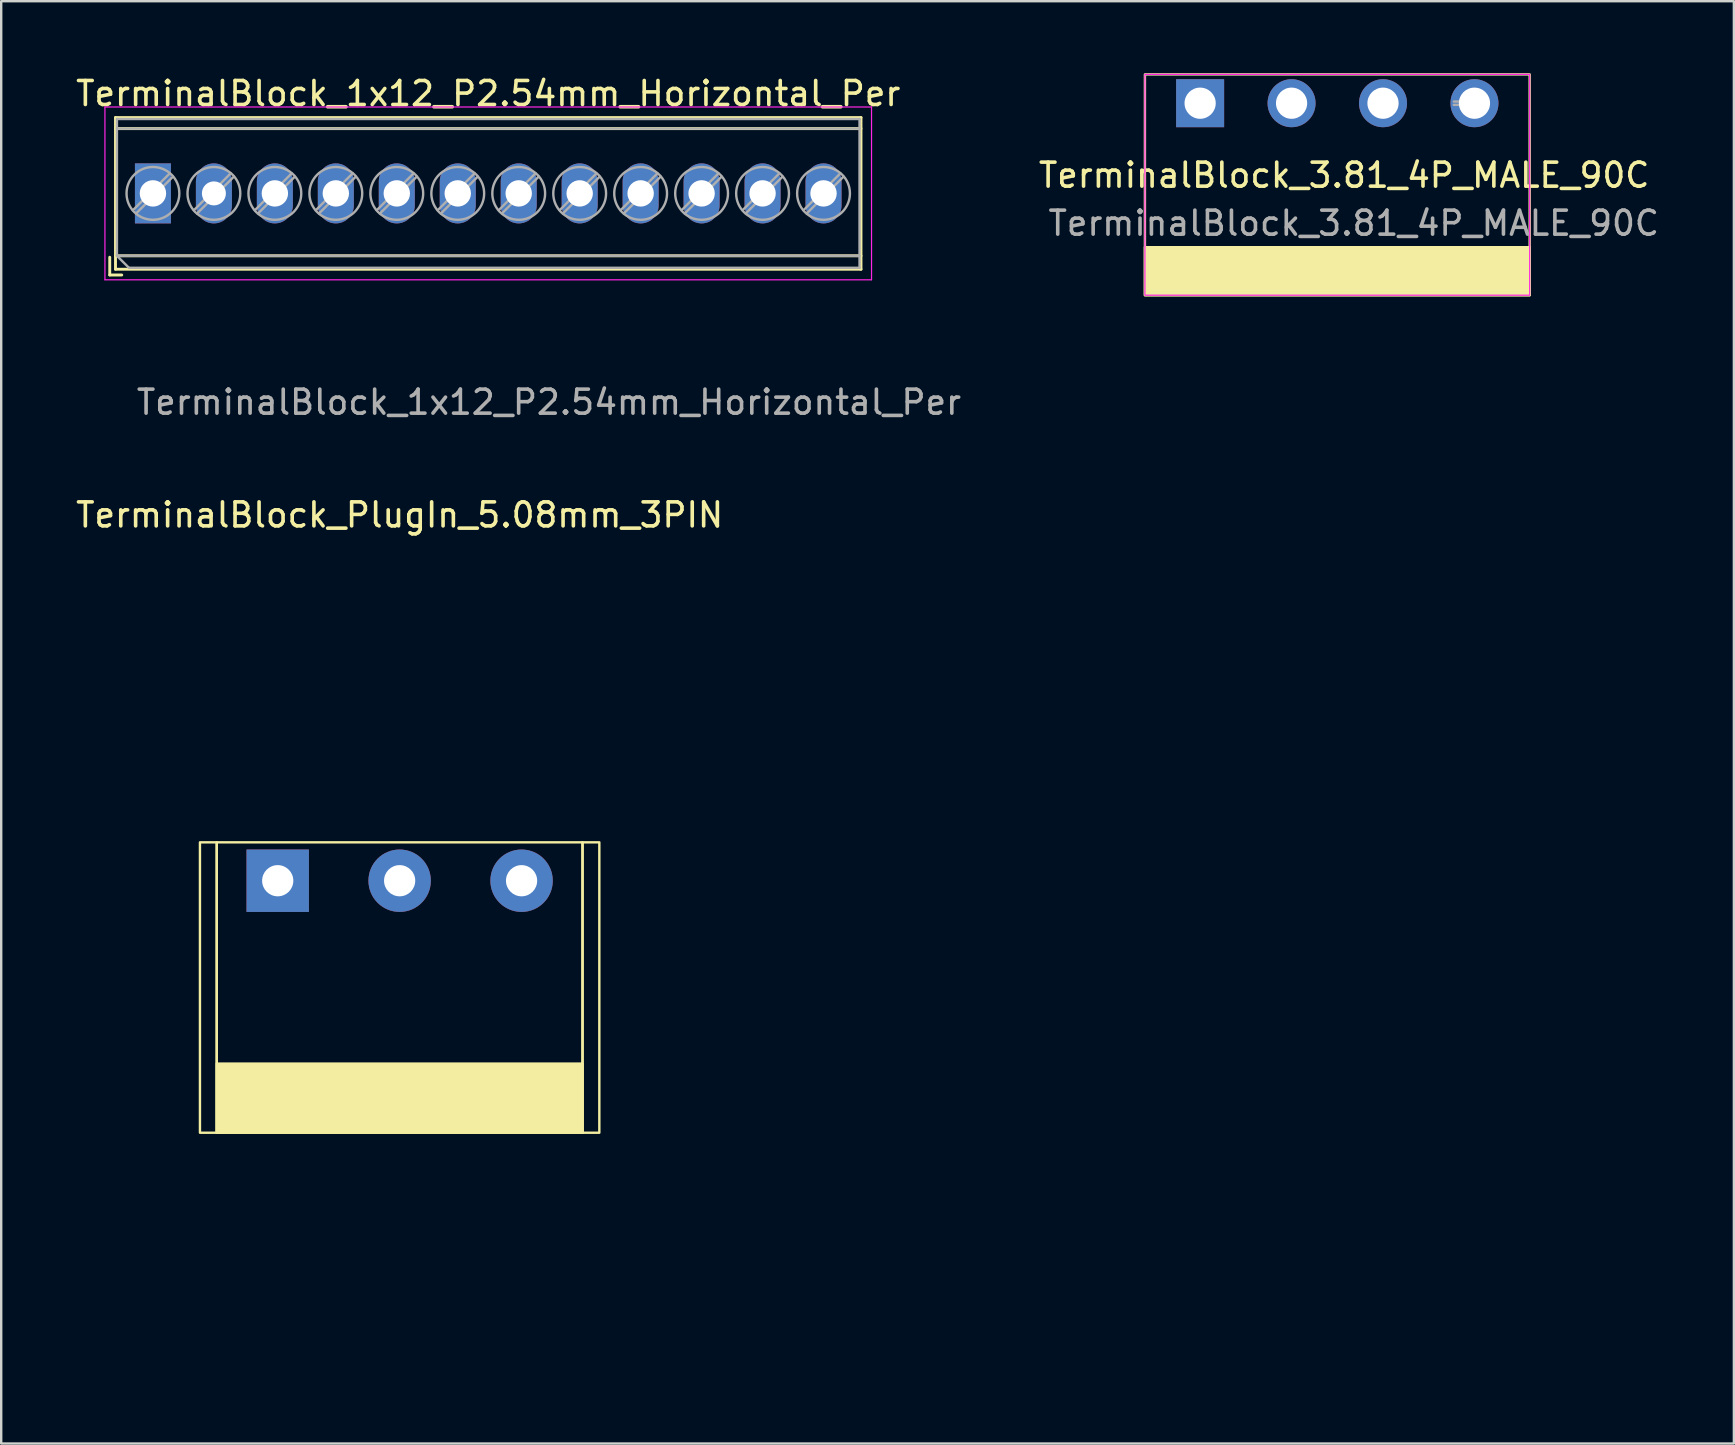
<source format=kicad_pcb>
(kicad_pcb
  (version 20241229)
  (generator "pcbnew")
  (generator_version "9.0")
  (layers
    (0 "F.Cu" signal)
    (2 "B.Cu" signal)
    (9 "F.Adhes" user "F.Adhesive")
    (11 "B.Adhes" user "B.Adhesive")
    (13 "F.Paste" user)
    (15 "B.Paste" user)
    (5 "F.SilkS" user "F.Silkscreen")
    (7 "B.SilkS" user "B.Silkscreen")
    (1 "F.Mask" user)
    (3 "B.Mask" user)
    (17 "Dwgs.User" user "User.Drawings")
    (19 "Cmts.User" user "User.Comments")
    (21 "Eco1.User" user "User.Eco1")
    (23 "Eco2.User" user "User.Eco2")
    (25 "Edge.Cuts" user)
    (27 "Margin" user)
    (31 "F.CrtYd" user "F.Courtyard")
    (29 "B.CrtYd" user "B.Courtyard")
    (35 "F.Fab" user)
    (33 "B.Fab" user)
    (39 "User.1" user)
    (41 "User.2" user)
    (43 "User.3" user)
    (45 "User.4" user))
  (footprint "TerminalBlock_PlugIn_5.08mm_3PIN"
    (layer "F.Cu")
    (at 13.601 33.645)
    (property "Reference" "TerminalBlock_PlugIn_5.08mm_3PIN" (at 0 -15.24 0) (layer "F.SilkS") (effects (font (size 1 1) (thickness 0.15))))
    (attr through_hole)
    (fp_rect (start -8.32 -1.6) (end -7.62 10.5) (stroke (width 0.1) (type default)) (fill no) (layer "F.SilkS"))
    (fp_rect (start -7.62 -1.6) (end 7.62 10.5) (stroke (width 0.1) (type default)) (fill no) (layer "F.SilkS"))
    (fp_rect (start -7.62 7.62) (end 7.62 10.5) (stroke (width 0.1) (type solid)) (fill yes) (layer "F.SilkS"))
    (fp_rect (start 7.62 -1.6) (end 8.32 10.5) (stroke (width 0.1) (type default)) (fill no) (layer "F.SilkS"))
    (fp_rect (start -7.62 10.5) (end 7.62 20.4) (stroke (width 0.1) (type default)) (fill no) (layer "User.2"))
    (pad "1" thru_hole rect (at -5.08 0) (size 2.6 2.6) (drill 1.3) (layers "*.Cu" "*.Mask"))
    (pad "2" thru_hole circle (at 0 0) (size 2.6 2.6) (drill 1.3) (layers "*.Cu" "*.Mask"))
    (pad "3" thru_hole circle (at 5.08 0) (size 2.6 2.6) (drill 1.3) (layers "*.Cu" "*.Mask")))
  (footprint "TerminalBlock_1x12_P2.54mm_Horizontal_Per"
    (layer "F.Cu")
    (at 3.322 5.008)
    (property "Reference" "TerminalBlock_1x12_P2.54mm_Horizontal_Per" (at 13.97 -4.16 180) (layer "F.SilkS") (effects (font (size 1 1) (thickness 0.15))))
    (attr through_hole)
    (fp_line (start -1.8 2.66) (end -1.8 3.4) (stroke (width 0.12) (type solid)) (layer "F.SilkS"))
    (fp_line (start -1.8 3.4) (end -1.3 3.4) (stroke (width 0.12) (type solid)) (layer "F.SilkS"))
    (fp_line (start -1.56 -3.16) (end -1.56 3.16) (stroke (width 0.12) (type solid)) (layer "F.SilkS"))
    (fp_line (start -1.56 -3.16) (end 29.501 -3.16) (stroke (width 0.12) (type solid)) (layer "F.SilkS"))
    (fp_line (start -1.56 -2.7) (end 29.501 -2.7) (stroke (width 0.12) (type solid)) (layer "F.SilkS"))
    (fp_line (start -1.56 2.6) (end 29.501 2.6) (stroke (width 0.12) (type solid)) (layer "F.SilkS"))
    (fp_line (start -1.56 3.16) (end 29.501 3.16) (stroke (width 0.12) (type solid)) (layer "F.SilkS"))
    (fp_line (start 29.501 -3.16) (end 29.501 3.16) (stroke (width 0.12) (type solid)) (layer "F.SilkS"))
    (fp_line (start -2 -3.6) (end -2 3.6) (stroke (width 0.05) (type solid)) (layer "F.CrtYd"))
    (fp_line (start -2 3.6) (end 29.94 3.6) (stroke (width 0.05) (type solid)) (layer "F.CrtYd"))
    (fp_line (start 29.94 -3.6) (end -2 -3.6) (stroke (width 0.05) (type solid)) (layer "F.CrtYd"))
    (fp_line (start 29.94 3.6) (end 29.94 -3.6) (stroke (width 0.05) (type solid)) (layer "F.CrtYd"))
    (fp_line (start -1.5 -3.1) (end 29.44 -3.1) (stroke (width 0.1) (type solid)) (layer "F.Fab"))
    (fp_line (start -1.5 -2.7) (end 29.44 -2.7) (stroke (width 0.1) (type solid)) (layer "F.Fab"))
    (fp_line (start -1.5 2.6) (end -1.5 -3.1) (stroke (width 0.1) (type solid)) (layer "F.Fab"))
    (fp_line (start -1.5 2.6) (end 29.44 2.6) (stroke (width 0.1) (type solid)) (layer "F.Fab"))
    (fp_line (start -1 3.1) (end -1.5 2.6) (stroke (width 0.1) (type solid)) (layer "F.Fab"))
    (fp_line (start 0.701 -0.835) (end -0.835 0.7) (stroke (width 0.1) (type solid)) (layer "F.Fab"))
    (fp_line (start 0.835 -0.7) (end -0.701 0.835) (stroke (width 0.1) (type solid)) (layer "F.Fab"))
    (fp_line (start 3.241 -0.835) (end 1.706 0.7) (stroke (width 0.1) (type solid)) (layer "F.Fab"))
    (fp_line (start 3.375 -0.7) (end 1.84 0.835) (stroke (width 0.1) (type solid)) (layer "F.Fab"))
    (fp_line (start 5.781 -0.835) (end 4.246 0.7) (stroke (width 0.1) (type solid)) (layer "F.Fab"))
    (fp_line (start 5.915 -0.7) (end 4.38 0.835) (stroke (width 0.1) (type solid)) (layer "F.Fab"))
    (fp_line (start 8.321 -0.835) (end 6.786 0.7) (stroke (width 0.1) (type solid)) (layer "F.Fab"))
    (fp_line (start 8.455 -0.7) (end 6.92 0.835) (stroke (width 0.1) (type solid)) (layer "F.Fab"))
    (fp_line (start 10.861 -0.835) (end 9.326 0.7) (stroke (width 0.1) (type solid)) (layer "F.Fab"))
    (fp_line (start 10.995 -0.7) (end 9.46 0.835) (stroke (width 0.1) (type solid)) (layer "F.Fab"))
    (fp_line (start 13.401 -0.835) (end 11.866 0.7) (stroke (width 0.1) (type solid)) (layer "F.Fab"))
    (fp_line (start 13.535 -0.7) (end 12 0.835) (stroke (width 0.1) (type solid)) (layer "F.Fab"))
    (fp_line (start 15.941 -0.835) (end 14.406 0.7) (stroke (width 0.1) (type solid)) (layer "F.Fab"))
    (fp_line (start 16.075 -0.7) (end 14.54 0.835) (stroke (width 0.1) (type solid)) (layer "F.Fab"))
    (fp_line (start 18.481 -0.835) (end 16.946 0.7) (stroke (width 0.1) (type solid)) (layer "F.Fab"))
    (fp_line (start 18.615 -0.7) (end 17.08 0.835) (stroke (width 0.1) (type solid)) (layer "F.Fab"))
    (fp_line (start 21.021 -0.835) (end 19.486 0.7) (stroke (width 0.1) (type solid)) (layer "F.Fab"))
    (fp_line (start 21.155 -0.7) (end 19.62 0.835) (stroke (width 0.1) (type solid)) (layer "F.Fab"))
    (fp_line (start 23.561 -0.835) (end 22.026 0.7) (stroke (width 0.1) (type solid)) (layer "F.Fab"))
    (fp_line (start 23.695 -0.7) (end 22.16 0.835) (stroke (width 0.1) (type solid)) (layer "F.Fab"))
    (fp_line (start 26.101 -0.835) (end 24.566 0.7) (stroke (width 0.1) (type solid)) (layer "F.Fab"))
    (fp_line (start 26.235 -0.7) (end 24.7 0.835) (stroke (width 0.1) (type solid)) (layer "F.Fab"))
    (fp_line (start 28.641 -0.835) (end 27.106 0.7) (stroke (width 0.1) (type solid)) (layer "F.Fab"))
    (fp_line (start 28.775 -0.7) (end 27.24 0.835) (stroke (width 0.1) (type solid)) (layer "F.Fab"))
    (fp_line (start 29.44 -3.1) (end 29.44 3.1) (stroke (width 0.1) (type solid)) (layer "F.Fab"))
    (fp_line (start 29.44 3.1) (end -1 3.1) (stroke (width 0.1) (type solid)) (layer "F.Fab"))
    (fp_circle (center 0 0) (end 1.1 0) (stroke (width 0.1) (type solid)) (fill no) (layer "F.Fab"))
    (fp_circle (center 2.54 0) (end 3.64 0) (stroke (width 0.1) (type solid)) (fill no) (layer "F.Fab"))
    (fp_circle (center 5.08 0) (end 6.18 0) (stroke (width 0.1) (type solid)) (fill no) (layer "F.Fab"))
    (fp_circle (center 7.62 0) (end 8.72 0) (stroke (width 0.1) (type solid)) (fill no) (layer "F.Fab"))
    (fp_circle (center 10.16 0) (end 11.26 0) (stroke (width 0.1) (type solid)) (fill no) (layer "F.Fab"))
    (fp_circle (center 12.7 0) (end 13.8 0) (stroke (width 0.1) (type solid)) (fill no) (layer "F.Fab"))
    (fp_circle (center 15.24 0) (end 16.34 0) (stroke (width 0.1) (type solid)) (fill no) (layer "F.Fab"))
    (fp_circle (center 17.78 0) (end 18.88 0) (stroke (width 0.1) (type solid)) (fill no) (layer "F.Fab"))
    (fp_circle (center 20.32 0) (end 21.42 0) (stroke (width 0.1) (type solid)) (fill no) (layer "F.Fab"))
    (fp_circle (center 22.86 0) (end 23.96 0) (stroke (width 0.1) (type solid)) (fill no) (layer "F.Fab"))
    (fp_circle (center 25.4 0) (end 26.5 0) (stroke (width 0.1) (type solid)) (fill no) (layer "F.Fab"))
    (fp_circle (center 27.94 0) (end 29.04 0) (stroke (width 0.1) (type solid)) (fill no) (layer "F.Fab"))
    (fp_text user "${REFERENCE}" (at 16.5 8.7 180) (layer "F.Fab") (effects (font (size 1 1) (thickness 0.15))))
    (pad "1" thru_hole rect (at 0 0) (size 1.5 2.5) (drill 1.1) (layers "*.Cu" "*.Mask"))
    (pad "2" thru_hole oval (at 2.54 0) (size 1.5 2.5) (drill 1) (layers "*.Cu" "*.Mask"))
    (pad "3" thru_hole oval (at 5.08 0) (size 1.5 2.5) (drill 1.1) (layers "*.Cu" "*.Mask"))
    (pad "4" thru_hole oval (at 7.62 0) (size 1.5 2.5) (drill 1.1) (layers "*.Cu" "*.Mask"))
    (pad "5" thru_hole oval (at 10.16 0) (size 1.5 2.5) (drill 1.1) (layers "*.Cu" "*.Mask"))
    (pad "6" thru_hole oval (at 12.7 0) (size 1.5 2.5) (drill 1.1) (layers "*.Cu" "*.Mask"))
    (pad "7" thru_hole oval (at 15.24 0) (size 1.5 2.5) (drill 1.1) (layers "*.Cu" "*.Mask"))
    (pad "8" thru_hole oval (at 17.78 0) (size 1.5 2.5) (drill 1.1) (layers "*.Cu" "*.Mask"))
    (pad "9" thru_hole oval (at 20.32 0) (size 1.5 2.5) (drill 1.1) (layers "*.Cu" "*.Mask"))
    (pad "10" thru_hole oval (at 22.86 0) (size 1.5 2.5) (drill 1.1) (layers "*.Cu" "*.Mask"))
    (pad "11" thru_hole oval (at 25.4 0) (size 1.5 2.5) (drill 1.1) (layers "*.Cu" "*.Mask"))
    (pad "12" thru_hole oval (at 27.94 0) (size 1.5 2.5) (drill 1.1) (layers "*.Cu" "*.Mask")))
  (footprint "TerminalBlock_3.81_4P_MALE_90C"
    (layer "F.Cu")
    (at 46.953 1.25)
    (property "Reference" "TerminalBlock_3.81_4P_MALE_90C" (at 6 3 180) (layer "F.SilkS") (effects (font (size 1 1) (thickness 0.15))))
    (attr through_hole)
    (fp_rect (start -2.3 -1.2) (end 13.73 8) (stroke (width 0.1) (type default)) (fill no) (layer "F.SilkS"))
    (fp_rect (start -2.3 6) (end 13.73 8) (stroke (width 0.1) (type solid)) (fill yes) (layer "F.SilkS"))
    (fp_rect (start -2.3 -1.2) (end 13.73 8) (stroke (width 0.05) (type default)) (fill no) (layer "F.CrtYd"))
    (fp_line (start 7.069 -0.069) (end 8.1 -0.069) (stroke (width 0.1) (type solid)) (layer "F.Fab"))
    (fp_line (start 8.1 -0.069) (end 8.1 0.069) (stroke (width 0.1) (type solid)) (layer "F.Fab"))
    (fp_line (start 8.1 0.069) (end 7.069 0.069) (stroke (width 0.1) (type solid)) (layer "F.Fab"))
    (fp_line (start 10.569 -0.069) (end 11.6 -0.069) (stroke (width 0.1) (type solid)) (layer "F.Fab"))
    (fp_line (start 11.6 -0.069) (end 11.6 0.069) (stroke (width 0.1) (type solid)) (layer "F.Fab"))
    (fp_line (start 11.6 0.069) (end 10.569 0.069) (stroke (width 0.1) (type solid)) (layer "F.Fab"))
    (fp_text user "${REFERENCE}" (at 6.4 5 180) (layer "F.Fab") (effects (font (size 1 1) (thickness 0.15))))
    (pad "1" thru_hole rect (at 0 0) (size 2 2) (drill 1.3) (layers "*.Cu" "*.Mask"))
    (pad "2" thru_hole circle (at 3.81 0) (size 2 2) (drill 1.3) (layers "*.Cu" "*.Mask"))
    (pad "3" thru_hole circle (at 7.62 0) (size 2 2) (drill 1.3) (layers "*.Cu" "*.Mask"))
    (pad "4" thru_hole circle (at 11.43 0) (size 2 2) (drill 1.3) (layers "*.Cu" "*.Mask")))
  (gr_rect
    (start -3 -3)
    (end 69.192 57.095)
    (stroke (width 0.1) (type default))
    (fill no)
    (layer "Edge.Cuts")))
</source>
